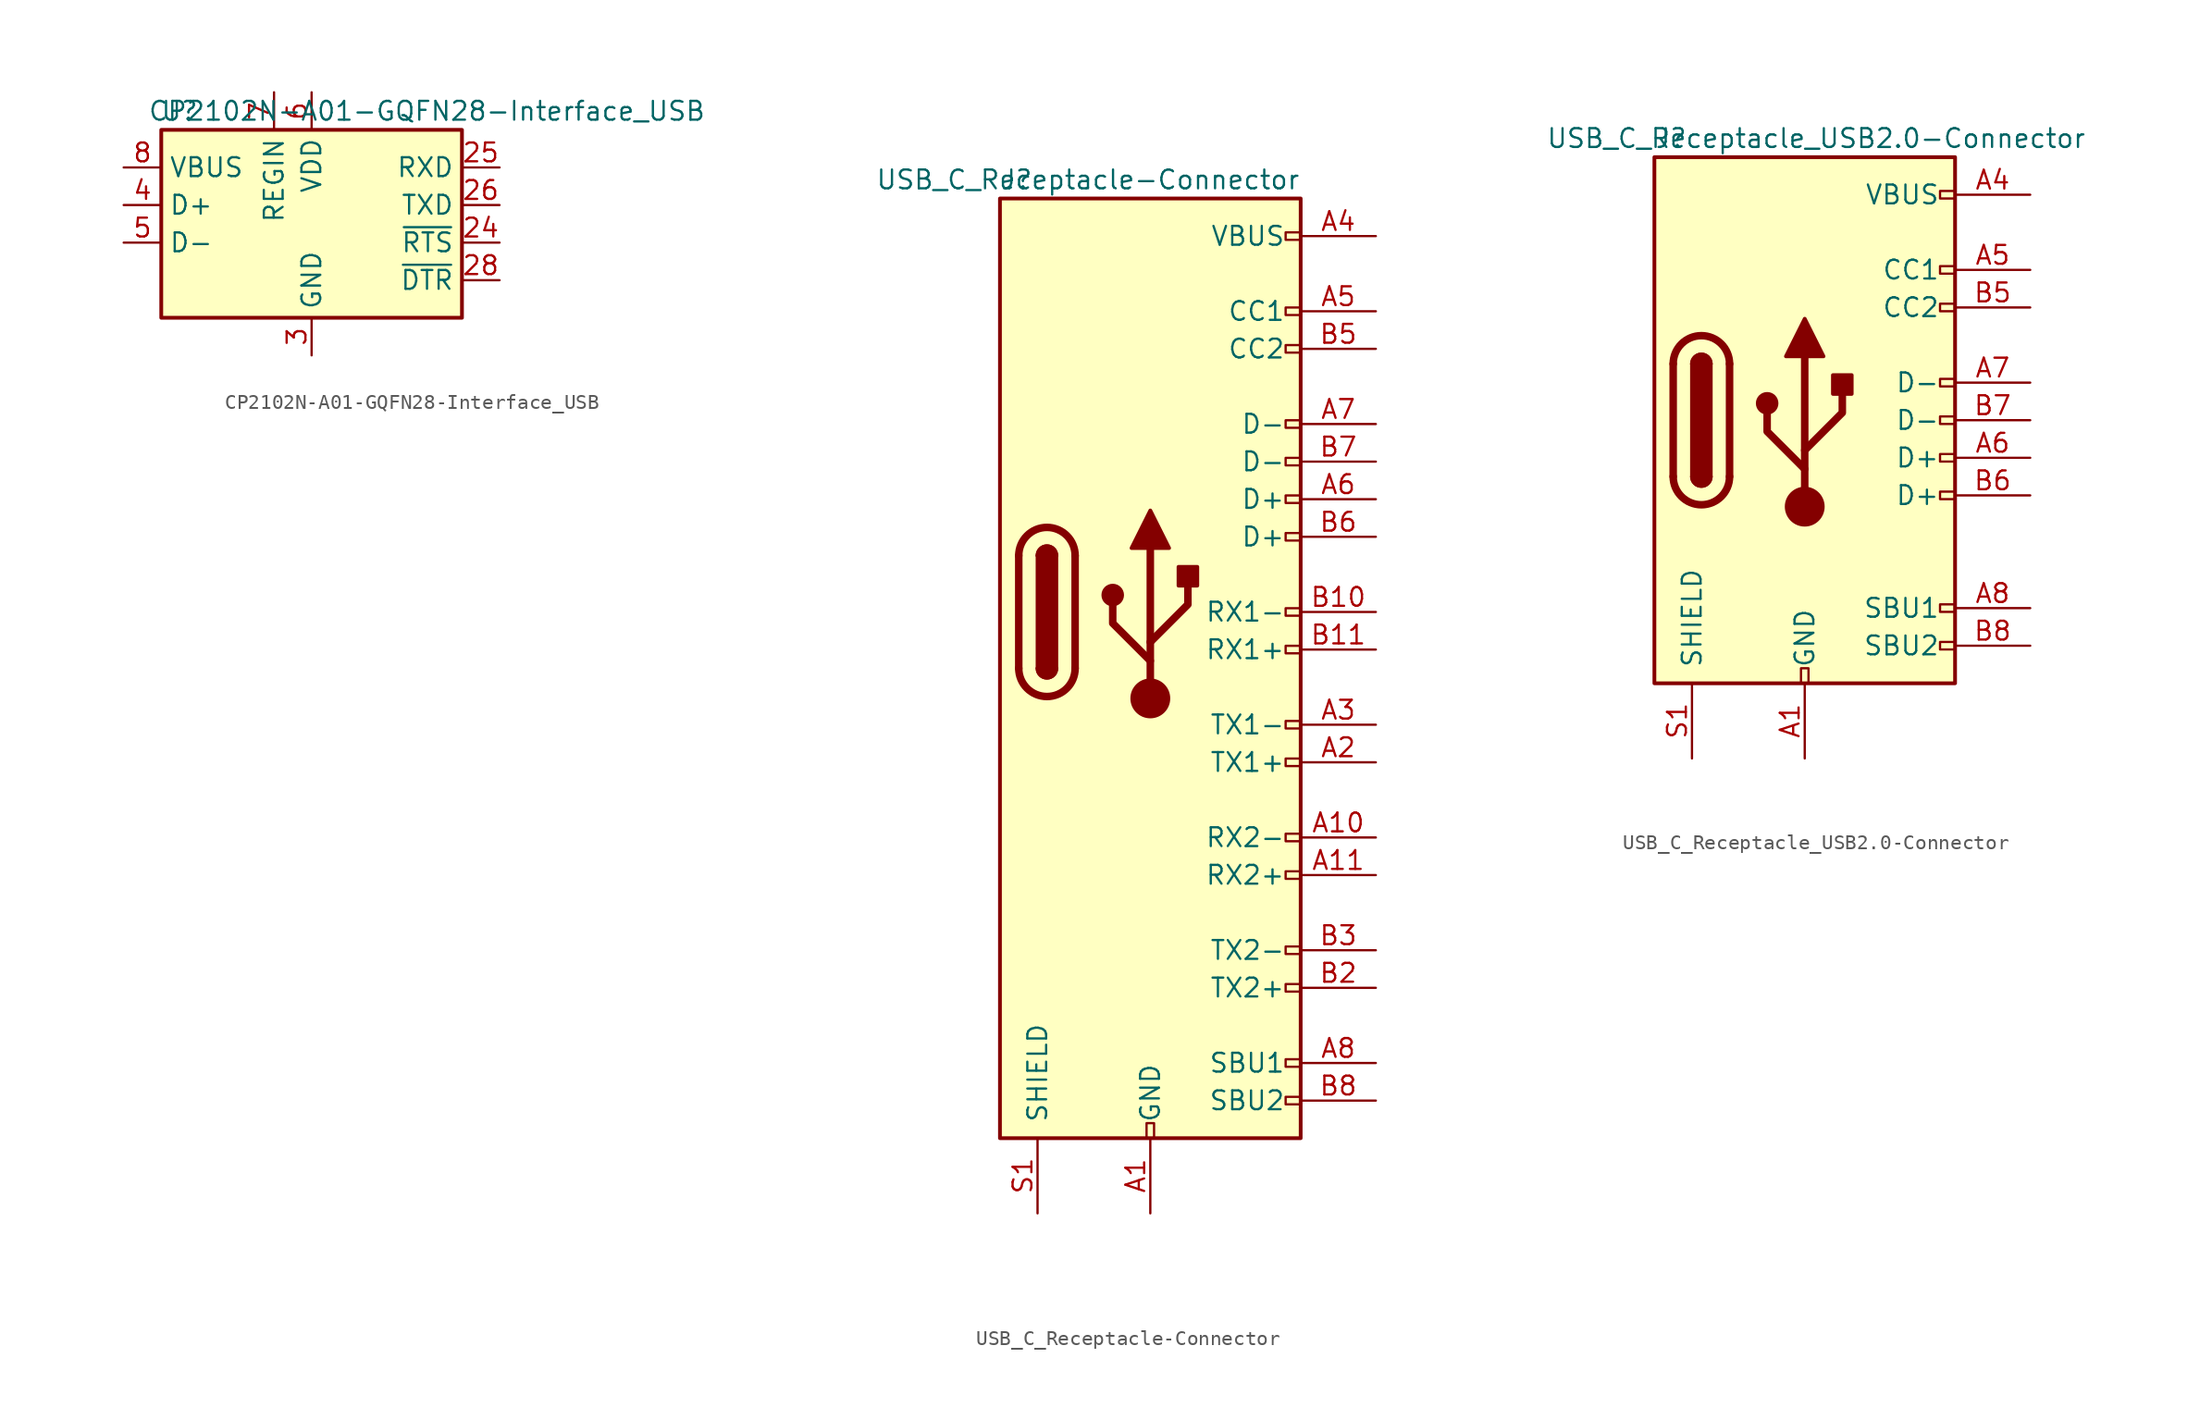
<source format=kicad_sym>
(kicad_symbol_lib
  (version 20211014)
  (generator kicad_symbol_editor)
  (symbol "CP2102N-A01-GQFN28-Interface_USB"
    (property "Reference" "U"
      (at -7.62 31.75 0)
      (effects (font (size 1.27 1.27)) (justify right)))
    (property "Value" "CP2102N-A01-GQFN28-Interface_USB"
      (at 26.67 31.75 0)
      (effects (font (size 1.27 1.27)) (justify right)))
    (symbol "CP2102N-A01-GQFN28-Interface_USB_0_1"
      (rectangle (start -10.16 30.48) (end 10.16 17.78) (stroke (width 0.254) (type default) (color 0 0 0 0)) (fill (type background))))
    (symbol "CP2102N-A01-GQFN28-Interface_USB_1_1"
      (pin output line (at 12.7 22.86 180) (length 2.54) (name "~{RTS}" (effects (font (size 1.27 1.27)))) (number "24" (effects (font (size 1.27 1.27)))))
      (pin input line (at 12.7 27.94 180) (length 2.54) (name "RXD" (effects (font (size 1.27 1.27)))) (number "25" (effects (font (size 1.27 1.27)))))
      (pin output line (at 12.7 25.4 180) (length 2.54) (name "TXD" (effects (font (size 1.27 1.27)))) (number "26" (effects (font (size 1.27 1.27)))))
      (pin output line (at 12.7 20.32 180) (length 2.54) (name "~{DTR}" (effects (font (size 1.27 1.27)))) (number "28" (effects (font (size 1.27 1.27)))))
      (pin power_in line (at 0 15.24 90) (length 2.54) (name "GND" (effects (font (size 1.27 1.27)))) (number "3" (effects (font (size 1.27 1.27)))))
      (pin bidirectional line (at -12.7 25.4 0) (length 2.54) (name "D+" (effects (font (size 1.27 1.27)))) (number "4" (effects (font (size 1.27 1.27)))))
      (pin bidirectional line (at -12.7 22.86 0) (length 2.54) (name "D-" (effects (font (size 1.27 1.27)))) (number "5" (effects (font (size 1.27 1.27)))))
      (pin passive line (at 0 33.02 270) (length 2.54) (name "VDD" (effects (font (size 1.27 1.27)))) (number "6" (effects (font (size 1.27 1.27)))))
      (pin power_in line (at -2.54 33.02 270) (length 2.54) (name "REGIN" (effects (font (size 1.27 1.27)))) (number "7" (effects (font (size 1.27 1.27)))))
      (pin input line (at -12.7 27.94 0) (length 2.54) (name "VBUS" (effects (font (size 1.27 1.27)))) (number "8" (effects (font (size 1.27 1.27)))))))
  (symbol "USB_C_Receptacle-Connector"
    (pin_names
      (offset 1.016))
    (property "Reference" "J"
      (at -10.16 29.21 0)
      (effects (font (size 1.27 1.27)) (justify left)))
    (property "Value" "USB_C_Receptacle-Connector"
      (at 10.16 29.21 0)
      (effects (font (size 1.27 1.27)) (justify right)))
    (symbol "USB_C_Receptacle-Connector_0_0"
      (rectangle (start -0.254 -35.56) (end 0.254 -34.544) (stroke (width 0) (type default) (color 0 0 0 0)) (fill (type none)))
      (rectangle (start 10.16 -32.766) (end 9.144 -33.274) (stroke (width 0) (type default) (color 0 0 0 0)) (fill (type none)))
      (rectangle (start 10.16 -30.226) (end 9.144 -30.734) (stroke (width 0) (type default) (color 0 0 0 0)) (fill (type none)))
      (rectangle (start 10.16 -25.146) (end 9.144 -25.654) (stroke (width 0) (type default) (color 0 0 0 0)) (fill (type none)))
      (rectangle (start 10.16 -22.606) (end 9.144 -23.114) (stroke (width 0) (type default) (color 0 0 0 0)) (fill (type none)))
      (rectangle (start 10.16 -17.526) (end 9.144 -18.034) (stroke (width 0) (type default) (color 0 0 0 0)) (fill (type none)))
      (rectangle (start 10.16 -14.986) (end 9.144 -15.494) (stroke (width 0) (type default) (color 0 0 0 0)) (fill (type none)))
      (rectangle (start 10.16 -9.906) (end 9.144 -10.414) (stroke (width 0) (type default) (color 0 0 0 0)) (fill (type none)))
      (rectangle (start 10.16 -7.366) (end 9.144 -7.874) (stroke (width 0) (type default) (color 0 0 0 0)) (fill (type none)))
      (rectangle (start 10.16 -2.286) (end 9.144 -2.794) (stroke (width 0) (type default) (color 0 0 0 0)) (fill (type none)))
      (rectangle (start 10.16 0.254) (end 9.144 -0.254) (stroke (width 0) (type default) (color 0 0 0 0)) (fill (type none)))
      (rectangle (start 10.16 5.334) (end 9.144 4.826) (stroke (width 0) (type default) (color 0 0 0 0)) (fill (type none)))
      (rectangle (start 10.16 7.874) (end 9.144 7.366) (stroke (width 0) (type default) (color 0 0 0 0)) (fill (type none)))
      (rectangle (start 10.16 10.414) (end 9.144 9.906) (stroke (width 0) (type default) (color 0 0 0 0)) (fill (type none)))
      (rectangle (start 10.16 12.954) (end 9.144 12.446) (stroke (width 0) (type default) (color 0 0 0 0)) (fill (type none)))
      (rectangle (start 10.16 18.034) (end 9.144 17.526) (stroke (width 0) (type default) (color 0 0 0 0)) (fill (type none)))
      (rectangle (start 10.16 20.574) (end 9.144 20.066) (stroke (width 0) (type default) (color 0 0 0 0)) (fill (type none)))
      (rectangle (start 10.16 25.654) (end 9.144 25.146) (stroke (width 0) (type default) (color 0 0 0 0)) (fill (type none))))
    (symbol "USB_C_Receptacle-Connector_0_1"
      (rectangle (start -10.16 27.94) (end 10.16 -35.56) (stroke (width 0.254) (type default) (color 0 0 0 0)) (fill (type background)))
      (arc (start -8.89 -3.81) (mid -6.985 -5.715) (end -5.08 -3.81) (stroke (width 0.508) (type default) (color 0 0 0 0)) (fill (type none)))
      (arc (start -7.62 -3.81) (mid -6.985 -4.445) (end -6.35 -3.81) (stroke (width 0.254) (type default) (color 0 0 0 0)) (fill (type none)))
      (arc (start -7.62 -3.81) (mid -6.985 -4.445) (end -6.35 -3.81) (stroke (width 0.254) (type default) (color 0 0 0 0)) (fill (type outline)))
      (rectangle (start -7.62 -3.81) (end -6.35 3.81) (stroke (width 0.254) (type default) (color 0 0 0 0)) (fill (type outline)))
      (arc (start -6.35 3.81) (mid -6.985 4.445) (end -7.62 3.81) (stroke (width 0.254) (type default) (color 0 0 0 0)) (fill (type none)))
      (arc (start -6.35 3.81) (mid -6.985 4.445) (end -7.62 3.81) (stroke (width 0.254) (type default) (color 0 0 0 0)) (fill (type outline)))
      (arc (start -5.08 3.81) (mid -6.985 5.715) (end -8.89 3.81) (stroke (width 0.508) (type default) (color 0 0 0 0)) (fill (type none)))
      (polyline (pts (xy -8.89 -3.81) (xy -8.89 3.81)) (stroke (width 0.508) (type default) (color 0 0 0 0)) (fill (type none)))
      (polyline (pts (xy -5.08 3.81) (xy -5.08 -3.81)) (stroke (width 0.508) (type default) (color 0 0 0 0)) (fill (type none))))
    (symbol "USB_C_Receptacle-Connector_1_1"
      (circle (center -2.54 1.143) (radius 0.635) (stroke (width 0.254) (type default) (color 0 0 0 0)) (fill (type outline)))
      (circle (center 0 -5.842) (radius 1.27) (stroke (width 0) (type default) (color 0 0 0 0)) (fill (type outline)))
      (polyline (pts (xy 0 -5.842) (xy 0 4.318)) (stroke (width 0.508) (type default) (color 0 0 0 0)) (fill (type none)))
      (polyline (pts (xy 0 -3.302) (xy -2.54 -0.762) (xy -2.54 0.508)) (stroke (width 0.508) (type default) (color 0 0 0 0)) (fill (type none)))
      (polyline (pts (xy 0 -2.032) (xy 2.54 0.508) (xy 2.54 1.778)) (stroke (width 0.508) (type default) (color 0 0 0 0)) (fill (type none)))
      (polyline (pts (xy -1.27 4.318) (xy 0 6.858) (xy 1.27 4.318) (xy -1.27 4.318)) (stroke (width 0.254) (type default) (color 0 0 0 0)) (fill (type outline)))
      (rectangle (start 1.905 1.778) (end 3.175 3.048) (stroke (width 0.254) (type default) (color 0 0 0 0)) (fill (type outline)))
      (pin power_in line (at 0 -40.64 90) (length 5.08) (name "GND" (effects (font (size 1.27 1.27)))) (number "A1" (effects (font (size 1.27 1.27)))))
      (pin bidirectional line (at 15.24 -15.24 180) (length 5.08) (name "RX2-" (effects (font (size 1.27 1.27)))) (number "A10" (effects (font (size 1.27 1.27)))))
      (pin bidirectional line (at 15.24 -17.78 180) (length 5.08) (name "RX2+" (effects (font (size 1.27 1.27)))) (number "A11" (effects (font (size 1.27 1.27)))))
      (pin passive line (at 0 -40.64 90) (length 5.08) hide (name "GND" (effects (font (size 1.27 1.27)))) (number "A12" (effects (font (size 1.27 1.27)))))
      (pin bidirectional line (at 15.24 -10.16 180) (length 5.08) (name "TX1+" (effects (font (size 1.27 1.27)))) (number "A2" (effects (font (size 1.27 1.27)))))
      (pin bidirectional line (at 15.24 -7.62 180) (length 5.08) (name "TX1-" (effects (font (size 1.27 1.27)))) (number "A3" (effects (font (size 1.27 1.27)))))
      (pin power_in line (at 15.24 25.4 180) (length 5.08) (name "VBUS" (effects (font (size 1.27 1.27)))) (number "A4" (effects (font (size 1.27 1.27)))))
      (pin bidirectional line (at 15.24 20.32 180) (length 5.08) (name "CC1" (effects (font (size 1.27 1.27)))) (number "A5" (effects (font (size 1.27 1.27)))))
      (pin bidirectional line (at 15.24 7.62 180) (length 5.08) (name "D+" (effects (font (size 1.27 1.27)))) (number "A6" (effects (font (size 1.27 1.27)))))
      (pin bidirectional line (at 15.24 12.7 180) (length 5.08) (name "D-" (effects (font (size 1.27 1.27)))) (number "A7" (effects (font (size 1.27 1.27)))))
      (pin bidirectional line (at 15.24 -30.48 180) (length 5.08) (name "SBU1" (effects (font (size 1.27 1.27)))) (number "A8" (effects (font (size 1.27 1.27)))))
      (pin passive line (at 15.24 25.4 180) (length 5.08) hide (name "VBUS" (effects (font (size 1.27 1.27)))) (number "A9" (effects (font (size 1.27 1.27)))))
      (pin passive line (at 0 -40.64 90) (length 5.08) hide (name "GND" (effects (font (size 1.27 1.27)))) (number "B1" (effects (font (size 1.27 1.27)))))
      (pin bidirectional line (at 15.24 0 180) (length 5.08) (name "RX1-" (effects (font (size 1.27 1.27)))) (number "B10" (effects (font (size 1.27 1.27)))))
      (pin bidirectional line (at 15.24 -2.54 180) (length 5.08) (name "RX1+" (effects (font (size 1.27 1.27)))) (number "B11" (effects (font (size 1.27 1.27)))))
      (pin passive line (at 0 -40.64 90) (length 5.08) hide (name "GND" (effects (font (size 1.27 1.27)))) (number "B12" (effects (font (size 1.27 1.27)))))
      (pin bidirectional line (at 15.24 -25.4 180) (length 5.08) (name "TX2+" (effects (font (size 1.27 1.27)))) (number "B2" (effects (font (size 1.27 1.27)))))
      (pin bidirectional line (at 15.24 -22.86 180) (length 5.08) (name "TX2-" (effects (font (size 1.27 1.27)))) (number "B3" (effects (font (size 1.27 1.27)))))
      (pin passive line (at 15.24 25.4 180) (length 5.08) hide (name "VBUS" (effects (font (size 1.27 1.27)))) (number "B4" (effects (font (size 1.27 1.27)))))
      (pin bidirectional line (at 15.24 17.78 180) (length 5.08) (name "CC2" (effects (font (size 1.27 1.27)))) (number "B5" (effects (font (size 1.27 1.27)))))
      (pin bidirectional line (at 15.24 5.08 180) (length 5.08) (name "D+" (effects (font (size 1.27 1.27)))) (number "B6" (effects (font (size 1.27 1.27)))))
      (pin bidirectional line (at 15.24 10.16 180) (length 5.08) (name "D-" (effects (font (size 1.27 1.27)))) (number "B7" (effects (font (size 1.27 1.27)))))
      (pin bidirectional line (at 15.24 -33.02 180) (length 5.08) (name "SBU2" (effects (font (size 1.27 1.27)))) (number "B8" (effects (font (size 1.27 1.27)))))
      (pin passive line (at 15.24 25.4 180) (length 5.08) hide (name "VBUS" (effects (font (size 1.27 1.27)))) (number "B9" (effects (font (size 1.27 1.27)))))
      (pin passive line (at -7.62 -40.64 90) (length 5.08) (name "SHIELD" (effects (font (size 1.27 1.27)))) (number "S1" (effects (font (size 1.27 1.27)))))))
  (symbol "USB_C_Receptacle_USB2.0-Connector"
    (pin_names
      (offset 1.016))
    (property "Reference" "J"
      (at -10.16 19.05 0)
      (effects (font (size 1.27 1.27)) (justify left)))
    (property "Value" "USB_C_Receptacle_USB2.0-Connector"
      (at 19.05 19.05 0)
      (effects (font (size 1.27 1.27)) (justify right)))
    (symbol "USB_C_Receptacle_USB2.0-Connector_0_0"
      (rectangle (start -0.254 -17.78) (end 0.254 -16.764) (stroke (width 0) (type default) (color 0 0 0 0)) (fill (type none)))
      (rectangle (start 10.16 -14.986) (end 9.144 -15.494) (stroke (width 0) (type default) (color 0 0 0 0)) (fill (type none)))
      (rectangle (start 10.16 -12.446) (end 9.144 -12.954) (stroke (width 0) (type default) (color 0 0 0 0)) (fill (type none)))
      (rectangle (start 10.16 -4.826) (end 9.144 -5.334) (stroke (width 0) (type default) (color 0 0 0 0)) (fill (type none)))
      (rectangle (start 10.16 -2.286) (end 9.144 -2.794) (stroke (width 0) (type default) (color 0 0 0 0)) (fill (type none)))
      (rectangle (start 10.16 0.254) (end 9.144 -0.254) (stroke (width 0) (type default) (color 0 0 0 0)) (fill (type none)))
      (rectangle (start 10.16 2.794) (end 9.144 2.286) (stroke (width 0) (type default) (color 0 0 0 0)) (fill (type none)))
      (rectangle (start 10.16 7.874) (end 9.144 7.366) (stroke (width 0) (type default) (color 0 0 0 0)) (fill (type none)))
      (rectangle (start 10.16 10.414) (end 9.144 9.906) (stroke (width 0) (type default) (color 0 0 0 0)) (fill (type none)))
      (rectangle (start 10.16 15.494) (end 9.144 14.986) (stroke (width 0) (type default) (color 0 0 0 0)) (fill (type none))))
    (symbol "USB_C_Receptacle_USB2.0-Connector_0_1"
      (rectangle (start -10.16 17.78) (end 10.16 -17.78) (stroke (width 0.254) (type default) (color 0 0 0 0)) (fill (type background)))
      (arc (start -8.89 -3.81) (mid -6.985 -5.715) (end -5.08 -3.81) (stroke (width 0.508) (type default) (color 0 0 0 0)) (fill (type none)))
      (arc (start -7.62 -3.81) (mid -6.985 -4.445) (end -6.35 -3.81) (stroke (width 0.254) (type default) (color 0 0 0 0)) (fill (type none)))
      (arc (start -7.62 -3.81) (mid -6.985 -4.445) (end -6.35 -3.81) (stroke (width 0.254) (type default) (color 0 0 0 0)) (fill (type outline)))
      (rectangle (start -7.62 -3.81) (end -6.35 3.81) (stroke (width 0.254) (type default) (color 0 0 0 0)) (fill (type outline)))
      (arc (start -6.35 3.81) (mid -6.985 4.445) (end -7.62 3.81) (stroke (width 0.254) (type default) (color 0 0 0 0)) (fill (type none)))
      (arc (start -6.35 3.81) (mid -6.985 4.445) (end -7.62 3.81) (stroke (width 0.254) (type default) (color 0 0 0 0)) (fill (type outline)))
      (arc (start -5.08 3.81) (mid -6.985 5.715) (end -8.89 3.81) (stroke (width 0.508) (type default) (color 0 0 0 0)) (fill (type none)))
      (circle (center -2.54 1.143) (radius 0.635) (stroke (width 0.254) (type default) (color 0 0 0 0)) (fill (type outline)))
      (circle (center 0 -5.842) (radius 1.27) (stroke (width 0) (type default) (color 0 0 0 0)) (fill (type outline)))
      (polyline (pts (xy -8.89 -3.81) (xy -8.89 3.81)) (stroke (width 0.508) (type default) (color 0 0 0 0)) (fill (type none)))
      (polyline (pts (xy -5.08 3.81) (xy -5.08 -3.81)) (stroke (width 0.508) (type default) (color 0 0 0 0)) (fill (type none)))
      (polyline (pts (xy 0 -5.842) (xy 0 4.318)) (stroke (width 0.508) (type default) (color 0 0 0 0)) (fill (type none)))
      (polyline (pts (xy 0 -3.302) (xy -2.54 -0.762) (xy -2.54 0.508)) (stroke (width 0.508) (type default) (color 0 0 0 0)) (fill (type none)))
      (polyline (pts (xy 0 -2.032) (xy 2.54 0.508) (xy 2.54 1.778)) (stroke (width 0.508) (type default) (color 0 0 0 0)) (fill (type none)))
      (polyline (pts (xy -1.27 4.318) (xy 0 6.858) (xy 1.27 4.318) (xy -1.27 4.318)) (stroke (width 0.254) (type default) (color 0 0 0 0)) (fill (type outline)))
      (rectangle (start 1.905 1.778) (end 3.175 3.048) (stroke (width 0.254) (type default) (color 0 0 0 0)) (fill (type outline))))
    (symbol "USB_C_Receptacle_USB2.0-Connector_1_1"
      (pin passive line (at 0 -22.86 90) (length 5.08) (name "GND" (effects (font (size 1.27 1.27)))) (number "A1" (effects (font (size 1.27 1.27)))))
      (pin passive line (at 0 -22.86 90) (length 5.08) hide (name "GND" (effects (font (size 1.27 1.27)))) (number "A12" (effects (font (size 1.27 1.27)))))
      (pin passive line (at 15.24 15.24 180) (length 5.08) (name "VBUS" (effects (font (size 1.27 1.27)))) (number "A4" (effects (font (size 1.27 1.27)))))
      (pin bidirectional line (at 15.24 10.16 180) (length 5.08) (name "CC1" (effects (font (size 1.27 1.27)))) (number "A5" (effects (font (size 1.27 1.27)))))
      (pin bidirectional line (at 15.24 -2.54 180) (length 5.08) (name "D+" (effects (font (size 1.27 1.27)))) (number "A6" (effects (font (size 1.27 1.27)))))
      (pin bidirectional line (at 15.24 2.54 180) (length 5.08) (name "D-" (effects (font (size 1.27 1.27)))) (number "A7" (effects (font (size 1.27 1.27)))))
      (pin bidirectional line (at 15.24 -12.7 180) (length 5.08) (name "SBU1" (effects (font (size 1.27 1.27)))) (number "A8" (effects (font (size 1.27 1.27)))))
      (pin passive line (at 15.24 15.24 180) (length 5.08) hide (name "VBUS" (effects (font (size 1.27 1.27)))) (number "A9" (effects (font (size 1.27 1.27)))))
      (pin passive line (at 0 -22.86 90) (length 5.08) hide (name "GND" (effects (font (size 1.27 1.27)))) (number "B1" (effects (font (size 1.27 1.27)))))
      (pin passive line (at 0 -22.86 90) (length 5.08) hide (name "GND" (effects (font (size 1.27 1.27)))) (number "B12" (effects (font (size 1.27 1.27)))))
      (pin passive line (at 15.24 15.24 180) (length 5.08) hide (name "VBUS" (effects (font (size 1.27 1.27)))) (number "B4" (effects (font (size 1.27 1.27)))))
      (pin bidirectional line (at 15.24 7.62 180) (length 5.08) (name "CC2" (effects (font (size 1.27 1.27)))) (number "B5" (effects (font (size 1.27 1.27)))))
      (pin bidirectional line (at 15.24 -5.08 180) (length 5.08) (name "D+" (effects (font (size 1.27 1.27)))) (number "B6" (effects (font (size 1.27 1.27)))))
      (pin bidirectional line (at 15.24 0 180) (length 5.08) (name "D-" (effects (font (size 1.27 1.27)))) (number "B7" (effects (font (size 1.27 1.27)))))
      (pin bidirectional line (at 15.24 -15.24 180) (length 5.08) (name "SBU2" (effects (font (size 1.27 1.27)))) (number "B8" (effects (font (size 1.27 1.27)))))
      (pin passive line (at 15.24 15.24 180) (length 5.08) hide (name "VBUS" (effects (font (size 1.27 1.27)))) (number "B9" (effects (font (size 1.27 1.27)))))
      (pin passive line (at -7.62 -22.86 90) (length 5.08) (name "SHIELD" (effects (font (size 1.27 1.27)))) (number "S1" (effects (font (size 1.27 1.27))))))))
</source>
